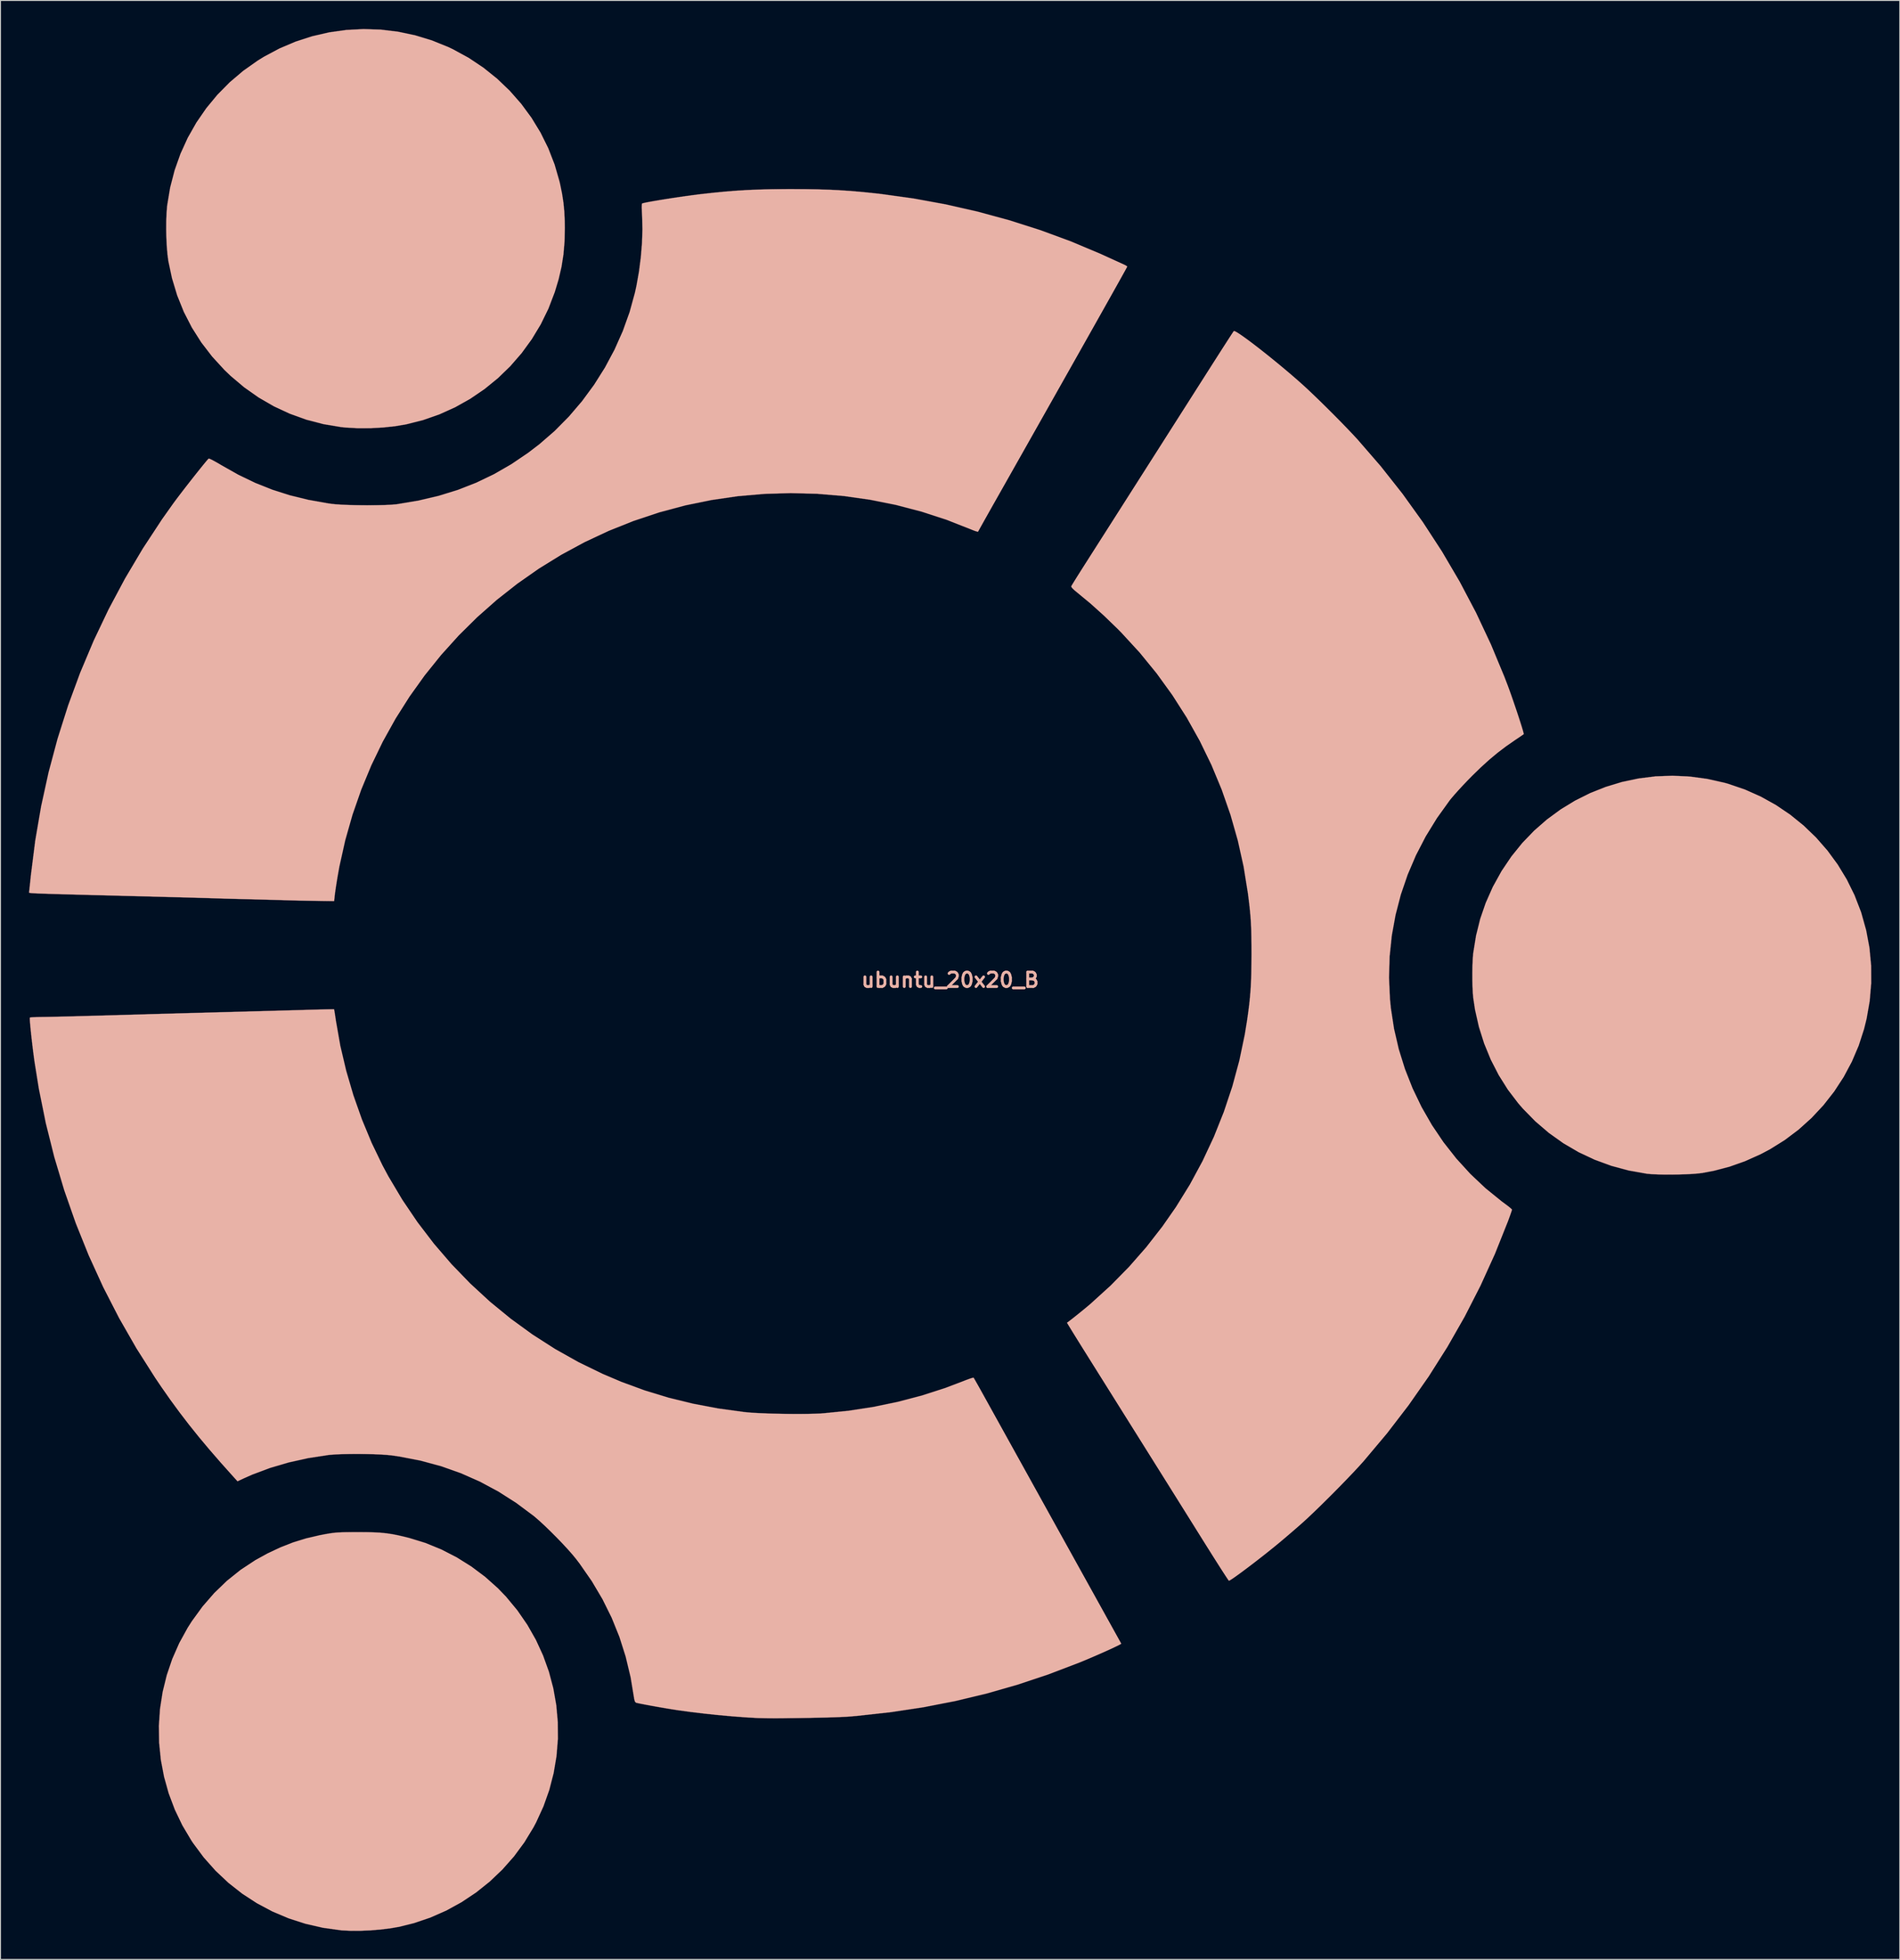
<source format=kicad_pcb>
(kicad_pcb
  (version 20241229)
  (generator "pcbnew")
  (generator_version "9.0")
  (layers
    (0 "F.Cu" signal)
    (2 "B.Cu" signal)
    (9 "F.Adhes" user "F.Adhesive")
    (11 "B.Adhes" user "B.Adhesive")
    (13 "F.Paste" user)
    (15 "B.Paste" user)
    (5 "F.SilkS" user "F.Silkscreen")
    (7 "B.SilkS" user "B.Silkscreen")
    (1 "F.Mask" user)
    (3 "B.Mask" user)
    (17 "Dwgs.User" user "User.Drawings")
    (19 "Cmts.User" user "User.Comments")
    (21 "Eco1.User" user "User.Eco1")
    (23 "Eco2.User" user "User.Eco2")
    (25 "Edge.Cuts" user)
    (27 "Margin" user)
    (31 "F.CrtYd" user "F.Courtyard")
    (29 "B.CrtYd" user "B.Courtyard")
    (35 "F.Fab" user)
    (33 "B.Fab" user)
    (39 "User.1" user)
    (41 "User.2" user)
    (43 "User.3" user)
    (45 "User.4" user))
  (footprint "ubuntu_20x20_B"
    (layer "F.Cu")
    (at 96.886 99.977)
    (property "Reference" "ubuntu_20x20_B" (at 0 0 0) (layer "B.SilkS") (effects (font (size 1.524 1.524) (thickness 0.3))))
    (attr through_hole)
    (fp_poly (pts (xy -59.876 -99.911) (xy -58.065 -99.692) (xy -56.273 -99.314) (xy -54.513 -98.778) (xy -52.794 -98.084) (xy -52.282 -97.84) (xy -50.64 -96.943) (xy -49.096 -95.913) (xy -47.657 -94.76) (xy -46.329 -93.492) (xy -45.12 -92.117) (xy -44.036 -90.646) (xy -43.084 -89.086) (xy -42.271 -87.445) (xy -41.605 -85.733) (xy -41.091 -83.959) (xy -41.019 -83.651) (xy -40.818 -82.667) (xy -40.675 -81.735) (xy -40.583 -80.795) (xy -40.536 -79.788) (xy -40.526 -79.036) (xy -40.56 -77.595) (xy -40.675 -76.256) (xy -40.878 -74.967) (xy -41.178 -73.675) (xy -41.583 -72.331) (xy -41.59 -72.31) (xy -42.252 -70.582) (xy -43.058 -68.933) (xy -44.002 -67.37) (xy -45.073 -65.9) (xy -46.265 -64.531) (xy -47.567 -63.27) (xy -48.973 -62.126) (xy -50.472 -61.105) (xy -52.058 -60.216) (xy -53.721 -59.465) (xy -55.453 -58.86) (xy -57.207 -58.417) (xy -58.385 -58.218) (xy -59.664 -58.083) (xy -60.986 -58.012) (xy -62.295 -58.009) (xy -63.534 -58.075) (xy -64.071 -58.13) (xy -65.913 -58.438) (xy -67.707 -58.906) (xy -69.446 -59.531) (xy -71.122 -60.309) (xy -72.726 -61.236) (xy -74.251 -62.309) (xy -75.69 -63.523) (xy -76.327 -64.135) (xy -77.619 -65.542) (xy -78.762 -67.03) (xy -79.757 -68.599) (xy -80.602 -70.247) (xy -81.298 -71.976) (xy -81.844 -73.783) (xy -82.223 -75.565) (xy -82.317 -76.259) (xy -82.388 -77.075) (xy -82.434 -77.967) (xy -82.455 -78.889) (xy -82.449 -79.795) (xy -82.416 -80.64) (xy -82.354 -81.377) (xy -82.346 -81.449) (xy -82.035 -83.312) (xy -81.567 -85.12) (xy -80.948 -86.867) (xy -80.183 -88.543) (xy -79.276 -90.141) (xy -78.235 -91.651) (xy -77.064 -93.067) (xy -75.768 -94.378) (xy -74.354 -95.577) (xy -72.826 -96.656) (xy -72.183 -97.053) (xy -70.543 -97.928) (xy -68.844 -98.649) (xy -67.099 -99.214) (xy -65.319 -99.623) (xy -63.514 -99.876) (xy -61.696 -99.972) (xy -59.876 -99.911)) (stroke (width 0.01) (type solid)) (fill yes) (layer "B.SilkS"))
    (fp_poly (pts (xy 77.802 -21.388) (xy 79.628 -21.142) (xy 81.452 -20.731) (xy 81.835 -20.624) (xy 83.579 -20.029) (xy 85.253 -19.285) (xy 86.849 -18.4) (xy 88.358 -17.381) (xy 89.772 -16.236) (xy 91.083 -14.974) (xy 92.282 -13.603) (xy 93.361 -12.131) (xy 94.312 -10.565) (xy 95.126 -8.914) (xy 95.795 -7.186) (xy 95.839 -7.054) (xy 96.35 -5.234) (xy 96.695 -3.392) (xy 96.872 -1.534) (xy 96.881 0.332) (xy 96.723 2.2) (xy 96.398 4.065) (xy 96.13 5.151) (xy 95.564 6.899) (xy 94.845 8.584) (xy 93.982 10.197) (xy 92.983 11.727) (xy 91.855 13.166) (xy 90.606 14.502) (xy 89.246 15.727) (xy 87.781 16.83) (xy 86.22 17.802) (xy 85.217 18.33) (xy 83.595 19.054) (xy 81.978 19.626) (xy 80.328 20.059) (xy 79.121 20.288) (xy 78.661 20.344) (xy 78.069 20.39) (xy 77.382 20.425) (xy 76.636 20.447) (xy 75.869 20.458) (xy 75.116 20.457) (xy 74.416 20.442) (xy 73.806 20.414) (xy 73.32 20.371) (xy 73.261 20.364) (xy 71.375 20.028) (xy 69.549 19.536) (xy 67.791 18.891) (xy 66.105 18.098) (xy 64.5 17.159) (xy 62.982 16.078) (xy 61.557 14.859) (xy 60.232 13.506) (xy 59.754 12.954) (xy 58.67 11.532) (xy 57.708 10.002) (xy 56.874 8.38) (xy 56.176 6.682) (xy 55.62 4.926) (xy 55.214 3.126) (xy 55.029 1.905) (xy 54.981 1.377) (xy 54.948 0.727) (xy 54.931 0.003) (xy 54.929 -0.75) (xy 54.941 -1.485) (xy 54.969 -2.157) (xy 55.012 -2.717) (xy 55.026 -2.836) (xy 55.322 -4.668) (xy 55.757 -6.419) (xy 56.339 -8.11) (xy 57.075 -9.767) (xy 57.102 -9.821) (xy 58.009 -11.459) (xy 59.04 -12.988) (xy 60.185 -14.403) (xy 61.436 -15.702) (xy 62.784 -16.879) (xy 64.22 -17.931) (xy 65.735 -18.855) (xy 67.32 -19.646) (xy 68.966 -20.301) (xy 70.664 -20.815) (xy 72.406 -21.184) (xy 74.182 -21.406) (xy 75.984 -21.475) (xy 77.802 -21.388)) (stroke (width 0.01) (type solid)) (fill yes) (layer "B.SilkS"))
    (fp_poly (pts (xy -61.377 58.051) (xy -60.612 58.069) (xy -59.941 58.106) (xy -59.326 58.166) (xy -58.729 58.253) (xy -58.112 58.372) (xy -57.438 58.527) (xy -56.873 58.669) (xy -55.178 59.191) (xy -53.516 59.871) (xy -51.906 60.698) (xy -50.366 61.66) (xy -48.914 62.746) (xy -47.569 63.946) (xy -46.716 64.83) (xy -45.523 66.269) (xy -44.474 67.789) (xy -43.57 69.378) (xy -42.812 71.027) (xy -42.202 72.725) (xy -41.74 74.462) (xy -41.429 76.229) (xy -41.268 78.015) (xy -41.259 79.809) (xy -41.405 81.602) (xy -41.705 83.383) (xy -42.16 85.143) (xy -42.773 86.871) (xy -43.545 88.556) (xy -43.822 89.079) (xy -44.782 90.656) (xy -45.875 92.137) (xy -47.091 93.513) (xy -48.419 94.777) (xy -49.85 95.921) (xy -51.373 96.938) (xy -52.978 97.821) (xy -54.655 98.561) (xy -56.394 99.151) (xy -57.912 99.529) (xy -58.849 99.694) (xy -59.88 99.822) (xy -60.956 99.912) (xy -62.028 99.959) (xy -63.045 99.961) (xy -63.959 99.915) (xy -64.09 99.903) (xy -65.982 99.638) (xy -67.819 99.216) (xy -69.592 98.642) (xy -71.296 97.92) (xy -72.922 97.054) (xy -74.463 96.05) (xy -75.912 94.911) (xy -77.261 93.642) (xy -78.502 92.247) (xy -79.628 90.731) (xy -79.805 90.466) (xy -80.753 88.872) (xy -81.547 87.217) (xy -82.189 85.512) (xy -82.677 83.769) (xy -83.013 81.997) (xy -83.195 80.208) (xy -83.225 78.412) (xy -83.101 76.621) (xy -82.825 74.844) (xy -82.395 73.092) (xy -81.813 71.377) (xy -81.078 69.708) (xy -80.19 68.097) (xy -79.758 67.419) (xy -78.628 65.866) (xy -77.396 64.448) (xy -76.062 63.164) (xy -74.625 62.014) (xy -73.082 60.996) (xy -71.797 60.289) (xy -70.43 59.647) (xy -69.098 59.126) (xy -67.744 58.707) (xy -66.308 58.372) (xy -65.786 58.272) (xy -65.397 58.204) (xy -65.054 58.151) (xy -64.727 58.112) (xy -64.385 58.084) (xy -63.996 58.065) (xy -63.53 58.054) (xy -62.955 58.049) (xy -62.272 58.047) (xy -61.377 58.051)) (stroke (width 0.01) (type solid)) (fill yes) (layer "B.SilkS"))
    (fp_poly (pts (xy -15.237 -83.141) (xy -13.934 -83.119) (xy -12.722 -83.081) (xy -11.563 -83.023) (xy -10.418 -82.945) (xy -9.249 -82.844) (xy -8.016 -82.717) (xy -7.262 -82.632) (xy -3.855 -82.16) (xy -0.458 -81.538) (xy 2.912 -80.772) (xy 6.237 -79.867) (xy 9.498 -78.827) (xy 12.678 -77.657) (xy 15.758 -76.363) (xy 16.256 -76.138) (xy 16.761 -75.907) (xy 17.241 -75.688) (xy 17.664 -75.496) (xy 17.998 -75.345) (xy 18.212 -75.249) (xy 18.224 -75.243) (xy 18.452 -75.131) (xy 18.597 -75.037) (xy 18.627 -75) (xy 18.588 -74.921) (xy 18.471 -74.704) (xy 18.275 -74.35) (xy 18.001 -73.857) (xy 17.648 -73.225) (xy 17.216 -72.453) (xy 16.704 -71.541) (xy 16.112 -70.488) (xy 15.44 -69.294) (xy 14.687 -67.957) (xy 13.854 -66.479) (xy 12.939 -64.857) (xy 11.943 -63.092) (xy 10.865 -61.183) (xy 9.705 -59.129) (xy 8.463 -56.93) (xy 7.138 -54.586) (xy 5.73 -52.095) (xy 4.471 -49.87) (xy 4.125 -49.256) (xy 3.805 -48.688) (xy 3.522 -48.183) (xy 3.284 -47.759) (xy 3.102 -47.431) (xy 2.984 -47.217) (xy 2.941 -47.134) (xy 2.859 -47.135) (xy 2.658 -47.194) (xy 2.373 -47.3) (xy 2.2 -47.372) (xy -0.381 -48.386) (xy -3.02 -49.244) (xy -5.709 -49.947) (xy -8.438 -50.493) (xy -11.197 -50.882) (xy -13.977 -51.114) (xy -16.769 -51.188) (xy -19.562 -51.103) (xy -22.348 -50.86) (xy -25.116 -50.457) (xy -27.858 -49.894) (xy -30.564 -49.17) (xy -30.612 -49.155) (xy -33.302 -48.26) (xy -35.916 -47.216) (xy -38.45 -46.03) (xy -40.898 -44.706) (xy -43.257 -43.25) (xy -45.521 -41.666) (xy -47.686 -39.962) (xy -49.748 -38.14) (xy -51.7 -36.208) (xy -53.54 -34.17) (xy -55.262 -32.031) (xy -56.862 -29.796) (xy -58.334 -27.472) (xy -59.675 -25.063) (xy -60.879 -22.574) (xy -61.942 -20.011) (xy -62.86 -17.379) (xy -63.627 -14.684) (xy -64.24 -11.929) (xy -64.426 -10.898) (xy -64.513 -10.371) (xy -64.594 -9.856) (xy -64.662 -9.395) (xy -64.712 -9.031) (xy -64.731 -8.869) (xy -64.79 -8.297) (xy -66.325 -8.311) (xy -66.888 -8.318) (xy -67.568 -8.33) (xy -68.309 -8.345) (xy -69.06 -8.363) (xy -69.765 -8.382) (xy -69.892 -8.386) (xy -70.594 -8.406) (xy -71.407 -8.428) (xy -72.271 -8.452) (xy -73.128 -8.474) (xy -73.92 -8.494) (xy -74.168 -8.5) (xy -74.849 -8.517) (xy -75.549 -8.535) (xy -76.226 -8.554) (xy -76.84 -8.571) (xy -77.35 -8.587) (xy -77.597 -8.595) (xy -77.899 -8.605) (xy -78.351 -8.619) (xy -78.933 -8.635) (xy -79.628 -8.655) (xy -80.415 -8.676) (xy -81.275 -8.699) (xy -82.19 -8.723) (xy -83.14 -8.748) (xy -83.989 -8.77) (xy -85.717 -8.814) (xy -87.283 -8.854) (xy -88.695 -8.891) (xy -89.962 -8.923) (xy -91.092 -8.953) (xy -92.091 -8.979) (xy -92.969 -9.003) (xy -93.732 -9.025) (xy -94.39 -9.044) (xy -94.949 -9.061) (xy -95.418 -9.077) (xy -95.805 -9.091) (xy -96.117 -9.105) (xy -96.363 -9.117) (xy -96.55 -9.129) (xy -96.686 -9.14) (xy -96.779 -9.152) (xy -96.837 -9.164) (xy -96.868 -9.176) (xy -96.88 -9.189) (xy -96.881 -9.203) (xy -96.88 -9.208) (xy -96.865 -9.321) (xy -96.837 -9.575) (xy -96.797 -9.942) (xy -96.749 -10.396) (xy -96.696 -10.909) (xy -96.688 -10.985) (xy -96.229 -14.646) (xy -95.605 -18.27) (xy -94.819 -21.852) (xy -93.872 -25.387) (xy -92.765 -28.871) (xy -91.502 -32.299) (xy -90.083 -35.666) (xy -88.51 -38.968) (xy -86.785 -42.201) (xy -84.91 -45.359) (xy -82.886 -48.439) (xy -81.7 -50.111) (xy -81.438 -50.466) (xy -81.118 -50.889) (xy -80.757 -51.361) (xy -80.368 -51.865) (xy -79.965 -52.381) (xy -79.563 -52.892) (xy -79.177 -53.379) (xy -78.821 -53.823) (xy -78.509 -54.208) (xy -78.257 -54.514) (xy -78.077 -54.723) (xy -77.985 -54.817) (xy -77.983 -54.818) (xy -77.886 -54.794) (xy -77.67 -54.694) (xy -77.361 -54.53) (xy -76.984 -54.317) (xy -76.646 -54.117) (xy -74.87 -53.115) (xy -73.093 -52.259) (xy -71.288 -51.54) (xy -69.429 -50.948) (xy -67.489 -50.475) (xy -65.442 -50.11) (xy -65.109 -50.062) (xy -64.65 -50.013) (xy -64.059 -49.973) (xy -63.367 -49.943) (xy -62.605 -49.921) (xy -61.807 -49.909) (xy -61.003 -49.907) (xy -60.225 -49.915) (xy -59.504 -49.932) (xy -58.874 -49.96) (xy -58.365 -49.999) (xy -58.166 -50.022) (xy -55.93 -50.397) (xy -53.804 -50.895) (xy -51.774 -51.522) (xy -49.83 -52.283) (xy -47.958 -53.182) (xy -46.148 -54.225) (xy -44.387 -55.417) (xy -43.199 -56.325) (xy -41.599 -57.712) (xy -40.101 -59.225) (xy -38.713 -60.85) (xy -37.444 -62.576) (xy -36.301 -64.388) (xy -35.293 -66.274) (xy -34.426 -68.222) (xy -33.709 -70.218) (xy -33.15 -72.251) (xy -32.99 -72.983) (xy -32.725 -74.477) (xy -32.529 -75.993) (xy -32.406 -77.49) (xy -32.36 -78.925) (xy -32.393 -80.258) (xy -32.399 -80.349) (xy -32.422 -80.796) (xy -32.433 -81.175) (xy -32.43 -81.456) (xy -32.414 -81.609) (xy -32.404 -81.627) (xy -32.278 -81.67) (xy -32.005 -81.732) (xy -31.606 -81.809) (xy -31.103 -81.899) (xy -30.517 -81.998) (xy -29.868 -82.103) (xy -29.179 -82.21) (xy -28.47 -82.315) (xy -27.762 -82.416) (xy -27.077 -82.51) (xy -26.436 -82.592) (xy -26.11 -82.631) (xy -24.808 -82.774) (xy -23.593 -82.891) (xy -22.427 -82.983) (xy -21.27 -83.052) (xy -20.084 -83.101) (xy -18.827 -83.132) (xy -17.463 -83.146) (xy -16.67 -83.148) (xy -15.237 -83.141)) (stroke (width 0.01) (type solid)) (fill yes) (layer "B.SilkS"))
    (fp_poly (pts (xy 29.939 -68.209) (xy 30.155 -68.096) (xy 30.474 -67.893) (xy 30.883 -67.609) (xy 31.37 -67.255) (xy 31.921 -66.841) (xy 32.524 -66.376) (xy 33.167 -65.87) (xy 33.836 -65.333) (xy 34.519 -64.776) (xy 35.202 -64.208) (xy 35.874 -63.639) (xy 36.521 -63.078) (xy 37.042 -62.617) (xy 37.581 -62.123) (xy 38.208 -61.53) (xy 38.897 -60.864) (xy 39.623 -60.151) (xy 40.358 -59.418) (xy 41.078 -58.689) (xy 41.755 -57.991) (xy 42.365 -57.351) (xy 42.858 -56.818) (xy 45.289 -54.014) (xy 47.579 -51.117) (xy 49.727 -48.127) (xy 51.733 -45.047) (xy 53.595 -41.878) (xy 55.312 -38.621) (xy 56.883 -35.279) (xy 58.307 -31.854) (xy 58.655 -30.946) (xy 58.828 -30.475) (xy 59.019 -29.94) (xy 59.22 -29.363) (xy 59.424 -28.766) (xy 59.625 -28.171) (xy 59.813 -27.599) (xy 59.984 -27.072) (xy 60.129 -26.613) (xy 60.24 -26.242) (xy 60.312 -25.983) (xy 60.337 -25.855) (xy 60.335 -25.847) (xy 60.252 -25.787) (xy 60.058 -25.653) (xy 59.781 -25.465) (xy 59.449 -25.243) (xy 59.449 -25.243) (xy 58.483 -24.573) (xy 57.579 -23.887) (xy 56.7 -23.154) (xy 55.805 -22.342) (xy 54.905 -21.465) (xy 54.423 -20.975) (xy 53.935 -20.462) (xy 53.469 -19.957) (xy 53.051 -19.49) (xy 52.71 -19.091) (xy 52.541 -18.881) (xy 51.205 -17.021) (xy 50.021 -15.094) (xy 48.992 -13.107) (xy 48.12 -11.066) (xy 47.405 -8.976) (xy 46.85 -6.843) (xy 46.457 -4.675) (xy 46.227 -2.476) (xy 46.161 -0.254) (xy 46.263 1.986) (xy 46.359 2.963) (xy 46.692 5.135) (xy 47.187 7.269) (xy 47.838 9.357) (xy 48.64 11.389) (xy 49.586 13.356) (xy 50.673 15.249) (xy 51.893 17.058) (xy 53.243 18.774) (xy 54.716 20.388) (xy 56.307 21.89) (xy 58.011 23.272) (xy 58.356 23.527) (xy 58.658 23.753) (xy 58.901 23.948) (xy 59.056 24.089) (xy 59.097 24.147) (xy 59.069 24.251) (xy 58.991 24.484) (xy 58.875 24.814) (xy 58.73 25.211) (xy 58.665 25.386) (xy 57.305 28.79) (xy 55.792 32.122) (xy 54.127 35.38) (xy 52.309 38.564) (xy 50.341 41.673) (xy 48.222 44.705) (xy 45.952 47.661) (xy 43.533 50.538) (xy 43.452 50.631) (xy 42.974 51.16) (xy 42.399 51.777) (xy 41.748 52.458) (xy 41.046 53.181) (xy 40.316 53.921) (xy 39.58 54.655) (xy 38.863 55.361) (xy 38.187 56.014) (xy 37.576 56.591) (xy 37.052 57.069) (xy 36.999 57.116) (xy 36.53 57.527) (xy 35.983 58.001) (xy 35.411 58.49) (xy 34.867 58.951) (xy 34.586 59.186) (xy 34.081 59.6) (xy 33.534 60.041) (xy 32.961 60.495) (xy 32.379 60.949) (xy 31.803 61.393) (xy 31.25 61.812) (xy 30.735 62.197) (xy 30.276 62.533) (xy 29.889 62.809) (xy 29.589 63.012) (xy 29.393 63.131) (xy 29.324 63.157) (xy 29.268 63.087) (xy 29.13 62.884) (xy 28.918 62.563) (xy 28.641 62.134) (xy 28.305 61.611) (xy 27.92 61.005) (xy 27.492 60.328) (xy 27.029 59.593) (xy 26.54 58.813) (xy 26.464 58.691) (xy 25.769 57.579) (xy 25.027 56.393) (xy 24.234 55.126) (xy 23.386 53.771) (xy 22.479 52.323) (xy 21.508 50.774) (xy 20.471 49.119) (xy 19.362 47.35) (xy 18.178 45.462) (xy 16.915 43.447) (xy 15.568 41.3) (xy 14.656 39.845) (xy 14.203 39.122) (xy 13.778 38.443) (xy 13.391 37.821) (xy 13.05 37.271) (xy 12.762 36.806) (xy 12.536 36.437) (xy 12.38 36.18) (xy 12.303 36.046) (xy 12.295 36.03) (xy 12.439 35.929) (xy 12.685 35.741) (xy 13.008 35.488) (xy 13.38 35.192) (xy 13.773 34.874) (xy 14.161 34.557) (xy 14.517 34.261) (xy 14.774 34.043) (xy 16.866 32.144) (xy 18.814 30.166) (xy 20.632 28.093) (xy 22.333 25.911) (xy 23.752 23.876) (xy 25.222 21.502) (xy 26.555 19.035) (xy 27.747 16.487) (xy 28.791 13.872) (xy 29.684 11.2) (xy 30.42 8.485) (xy 30.996 5.739) (xy 31.234 4.276) (xy 31.362 3.363) (xy 31.466 2.532) (xy 31.546 1.746) (xy 31.607 0.969) (xy 31.651 0.164) (xy 31.679 -0.705) (xy 31.694 -1.674) (xy 31.7 -2.667) (xy 31.698 -3.646) (xy 31.69 -4.49) (xy 31.673 -5.235) (xy 31.644 -5.916) (xy 31.603 -6.566) (xy 31.546 -7.222) (xy 31.472 -7.918) (xy 31.379 -8.688) (xy 31.323 -9.126) (xy 30.875 -11.912) (xy 30.264 -14.66) (xy 29.494 -17.363) (xy 28.568 -20.015) (xy 27.49 -22.607) (xy 26.262 -25.132) (xy 24.89 -27.585) (xy 23.375 -29.956) (xy 21.723 -32.239) (xy 19.936 -34.427) (xy 18.018 -36.512) (xy 17.615 -36.92) (xy 16.179 -38.309) (xy 14.77 -39.576) (xy 13.438 -40.677) (xy 13.071 -40.98) (xy 12.842 -41.201) (xy 12.744 -41.346) (xy 12.743 -41.392) (xy 12.799 -41.493) (xy 12.936 -41.718) (xy 13.14 -42.048) (xy 13.401 -42.466) (xy 13.708 -42.952) (xy 14.048 -43.488) (xy 14.199 -43.725) (xy 14.626 -44.394) (xy 15.134 -45.191) (xy 15.715 -46.102) (xy 16.359 -47.111) (xy 17.056 -48.205) (xy 17.798 -49.369) (xy 18.575 -50.588) (xy 19.377 -51.847) (xy 20.196 -53.132) (xy 21.022 -54.428) (xy 21.846 -55.72) (xy 22.658 -56.995) (xy 23.449 -58.237) (xy 24.21 -59.431) (xy 24.932 -60.564) (xy 25.604 -61.62) (xy 26.219 -62.585) (xy 26.766 -63.444) (xy 26.99 -63.796) (xy 27.484 -64.571) (xy 27.953 -65.305) (xy 28.388 -65.985) (xy 28.781 -66.598) (xy 29.125 -67.132) (xy 29.411 -67.574) (xy 29.631 -67.911) (xy 29.776 -68.131) (xy 29.839 -68.221) (xy 29.839 -68.221) (xy 29.939 -68.209)) (stroke (width 0.01) (type solid)) (fill yes) (layer "B.SilkS"))
    (fp_poly (pts (xy -64.798 3.076) (xy -64.78 3.162) (xy -64.742 3.386) (xy -64.691 3.716) (xy -64.629 4.125) (xy -64.602 4.312) (xy -64.143 6.914) (xy -63.53 9.52) (xy -62.772 12.106) (xy -61.875 14.647) (xy -60.849 17.12) (xy -59.702 19.499) (xy -59.094 20.63) (xy -57.625 23.099) (xy -56.023 25.466) (xy -54.295 27.726) (xy -52.445 29.876) (xy -50.478 31.909) (xy -48.401 33.822) (xy -46.217 35.61) (xy -43.933 37.269) (xy -41.553 38.794) (xy -39.083 40.18) (xy -36.527 41.422) (xy -34.586 42.246) (xy -32.13 43.148) (xy -29.621 43.913) (xy -27.044 44.545) (xy -24.382 45.048) (xy -21.618 45.426) (xy -21.59 45.429) (xy -21.036 45.479) (xy -20.345 45.523) (xy -19.547 45.559) (xy -18.674 45.587) (xy -17.758 45.608) (xy -16.83 45.62) (xy -15.921 45.623) (xy -15.064 45.617) (xy -14.289 45.6) (xy -13.628 45.573) (xy -13.356 45.556) (xy -10.712 45.292) (xy -8.08 44.887) (xy -5.484 44.348) (xy -2.946 43.68) (xy -0.492 42.888) (xy 1.27 42.219) (xy 1.678 42.059) (xy 2.029 41.931) (xy 2.295 41.844) (xy 2.446 41.809) (xy 2.468 41.812) (xy 2.522 41.898) (xy 2.647 42.113) (xy 2.83 42.435) (xy 3.06 42.844) (xy 3.326 43.32) (xy 3.578 43.773) (xy 3.697 43.989) (xy 3.889 44.335) (xy 4.148 44.803) (xy 4.47 45.382) (xy 4.848 46.065) (xy 5.279 46.841) (xy 5.756 47.702) (xy 6.275 48.638) (xy 6.831 49.64) (xy 7.418 50.698) (xy 8.032 51.805) (xy 8.667 52.95) (xy 9.318 54.124) (xy 9.98 55.318) (xy 10.648 56.523) (xy 11.317 57.729) (xy 11.982 58.928) (xy 12.638 60.11) (xy 13.279 61.266) (xy 13.901 62.387) (xy 14.498 63.463) (xy 15.066 64.486) (xy 15.598 65.446) (xy 16.091 66.334) (xy 16.538 67.141) (xy 16.936 67.858) (xy 17.278 68.474) (xy 17.56 68.982) (xy 17.776 69.372) (xy 17.922 69.635) (xy 17.992 69.761) (xy 17.997 69.77) (xy 17.934 69.822) (xy 17.734 69.929) (xy 17.418 70.084) (xy 17.007 70.278) (xy 16.518 70.501) (xy 15.974 70.744) (xy 15.394 70.999) (xy 14.797 71.256) (xy 14.205 71.506) (xy 13.636 71.741) (xy 13.547 71.777) (xy 10.324 73.005) (xy 7.092 74.083) (xy 3.835 75.016) (xy 0.535 75.806) (xy -2.824 76.459) (xy -6.26 76.978) (xy -9.789 77.366) (xy -10.541 77.431) (xy -10.96 77.459) (xy -11.524 77.486) (xy -12.207 77.511) (xy -12.984 77.534) (xy -13.832 77.555) (xy -14.724 77.574) (xy -15.636 77.589) (xy -16.542 77.601) (xy -17.419 77.609) (xy -18.241 77.613) (xy -18.984 77.612) (xy -19.621 77.606) (xy -20.129 77.595) (xy -20.32 77.587) (xy -21.599 77.512) (xy -22.989 77.406) (xy -24.438 77.274) (xy -25.892 77.121) (xy -27.296 76.953) (xy -28.599 76.775) (xy -28.777 76.748) (xy -29.252 76.674) (xy -29.794 76.585) (xy -30.373 76.486) (xy -30.962 76.383) (xy -31.531 76.281) (xy -32.051 76.184) (xy -32.493 76.099) (xy -32.828 76.03) (xy -33.028 75.983) (xy -33.037 75.98) (xy -33.151 75.865) (xy -33.225 75.595) (xy -33.233 75.54) (xy -33.607 73.291) (xy -34.124 71.13) (xy -34.786 69.05) (xy -35.598 67.042) (xy -36.562 65.097) (xy -37.682 63.207) (xy -38.963 61.364) (xy -39.335 60.875) (xy -39.722 60.403) (xy -40.21 59.85) (xy -40.771 59.245) (xy -41.376 58.617) (xy -41.998 57.994) (xy -42.606 57.405) (xy -43.174 56.88) (xy -43.674 56.446) (xy -43.816 56.329) (xy -45.636 54.973) (xy -47.515 53.776) (xy -49.457 52.734) (xy -51.465 51.847) (xy -53.543 51.113) (xy -55.695 50.531) (xy -57.925 50.099) (xy -58.726 49.982) (xy -59.245 49.929) (xy -59.896 49.886) (xy -60.644 49.855) (xy -61.453 49.836) (xy -62.288 49.827) (xy -63.113 49.831) (xy -63.893 49.847) (xy -64.593 49.875) (xy -65.176 49.916) (xy -65.405 49.94) (xy -67.526 50.267) (xy -69.573 50.72) (xy -71.529 51.296) (xy -73.381 51.989) (xy -74.285 52.388) (xy -74.953 52.7) (xy -75.411 52.195) (xy -76.72 50.732) (xy -77.918 49.352) (xy -79.026 48.029) (xy -80.063 46.737) (xy -81.05 45.451) (xy -82.007 44.146) (xy -82.953 42.796) (xy -83.61 41.825) (xy -85.584 38.721) (xy -87.408 35.539) (xy -89.08 32.284) (xy -90.599 28.959) (xy -91.964 25.569) (xy -93.173 22.117) (xy -94.224 18.608) (xy -95.116 15.044) (xy -95.847 11.431) (xy -96.304 8.594) (xy -96.379 8.044) (xy -96.456 7.45) (xy -96.53 6.834) (xy -96.601 6.222) (xy -96.665 5.637) (xy -96.72 5.103) (xy -96.763 4.644) (xy -96.792 4.283) (xy -96.803 4.046) (xy -96.798 3.958) (xy -96.705 3.933) (xy -96.477 3.913) (xy -96.15 3.899) (xy -95.774 3.894) (xy -95.46 3.892) (xy -94.994 3.884) (xy -94.375 3.871) (xy -93.6 3.853) (xy -92.669 3.83) (xy -91.579 3.802) (xy -90.328 3.768) (xy -88.915 3.729) (xy -87.337 3.685) (xy -85.593 3.635) (xy -84.413 3.601) (xy -84.05 3.59) (xy -83.537 3.576) (xy -82.89 3.558) (xy -82.129 3.537) (xy -81.272 3.514) (xy -80.336 3.488) (xy -79.341 3.461) (xy -78.304 3.433) (xy -77.243 3.404) (xy -76.496 3.384) (xy -75.393 3.354) (xy -74.272 3.324) (xy -73.155 3.293) (xy -72.065 3.263) (xy -71.024 3.235) (xy -70.053 3.208) (xy -69.175 3.183) (xy -68.41 3.162) (xy -67.782 3.144) (xy -67.524 3.136) (xy -66.865 3.118) (xy -66.264 3.102) (xy -65.739 3.089) (xy -65.311 3.08) (xy -65 3.075) (xy -64.827 3.074) (xy -64.798 3.076)) (stroke (width 0.01) (type solid)) (fill yes) (layer "B.SilkS")))
  (gr_rect
    (start -3 -3)
    (end 196.772 202.943)
    (stroke (width 0.1) (type default))
    (fill no)
    (layer "Edge.Cuts")))
</source>
